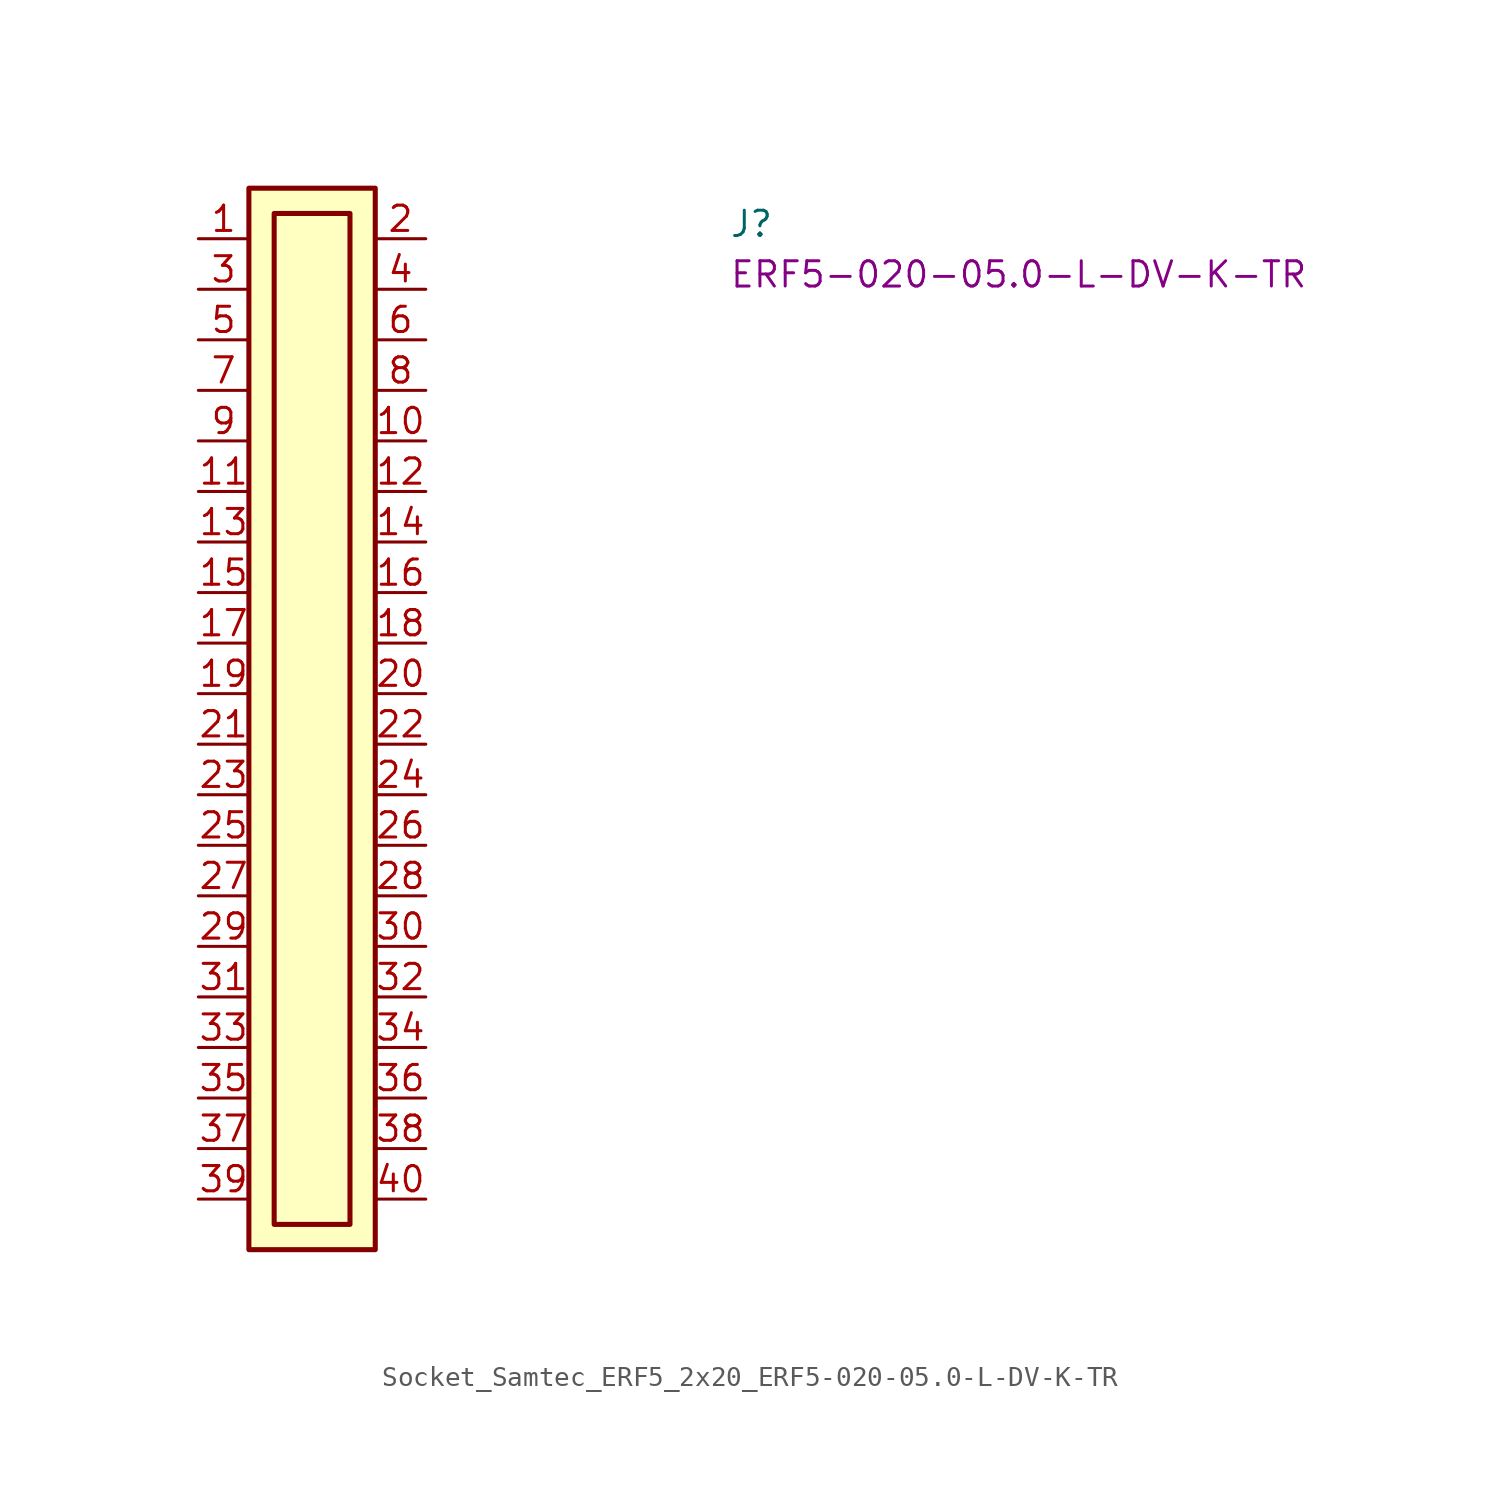
<source format=kicad_sym>
(kicad_symbol_lib
  (version 20220914)
  (generator kicad_symbol_editor)
  (symbol "Socket_Samtec_ERF5_2x20_ERF5-020-05.0-L-DV-K-TR"
    (property "Reference" "J"
      (at 26.67 0 0)
      (effects (font (size 1.27 1.27) (thickness 0.15)) (justify left bottom)))
    (property "MPN" "ERF5-020-05.0-L-DV-K-TR"
      (at 26.67 -2.54 0)
      (effects (font (size 1.27 1.27) (thickness 0.15)) (justify left bottom)))
    (symbol "Socket_Samtec_ERF5_2x20_ERF5-020-05.0-L-DV-K-TR_1_1"
      (rectangle (start 2.54 2.54) (end 8.89 -50.8) (stroke (width 0.254) (type default)) (fill (type background)))
      (rectangle (start 3.81 1.27) (end 7.62 -49.53) (stroke (width 0.254) (type default)) (fill (type background)))
      (pin passive line (at 0 0 0) (length 2.54) (name "~" (effects (font (size 1.27 1.27)))) (number "1" (effects (font (size 1.27 1.27)))))
      (pin passive line (at 11.43 -10.16 180) (length 2.54) (name "~" (effects (font (size 1.27 1.27)))) (number "10" (effects (font (size 1.27 1.27)))))
      (pin passive line (at 0 -12.7 0) (length 2.54) (name "~" (effects (font (size 1.27 1.27)))) (number "11" (effects (font (size 1.27 1.27)))))
      (pin passive line (at 11.43 -12.7 180) (length 2.54) (name "~" (effects (font (size 1.27 1.27)))) (number "12" (effects (font (size 1.27 1.27)))))
      (pin passive line (at 0 -15.24 0) (length 2.54) (name "~" (effects (font (size 1.27 1.27)))) (number "13" (effects (font (size 1.27 1.27)))))
      (pin passive line (at 11.43 -15.24 180) (length 2.54) (name "~" (effects (font (size 1.27 1.27)))) (number "14" (effects (font (size 1.27 1.27)))))
      (pin passive line (at 0 -17.78 0) (length 2.54) (name "~" (effects (font (size 1.27 1.27)))) (number "15" (effects (font (size 1.27 1.27)))))
      (pin passive line (at 11.43 -17.78 180) (length 2.54) (name "~" (effects (font (size 1.27 1.27)))) (number "16" (effects (font (size 1.27 1.27)))))
      (pin passive line (at 0 -20.32 0) (length 2.54) (name "~" (effects (font (size 1.27 1.27)))) (number "17" (effects (font (size 1.27 1.27)))))
      (pin passive line (at 11.43 -20.32 180) (length 2.54) (name "~" (effects (font (size 1.27 1.27)))) (number "18" (effects (font (size 1.27 1.27)))))
      (pin passive line (at 0 -22.86 0) (length 2.54) (name "~" (effects (font (size 1.27 1.27)))) (number "19" (effects (font (size 1.27 1.27)))))
      (pin passive line (at 11.43 0 180) (length 2.54) (name "~" (effects (font (size 1.27 1.27)))) (number "2" (effects (font (size 1.27 1.27)))))
      (pin passive line (at 11.43 -22.86 180) (length 2.54) (name "~" (effects (font (size 1.27 1.27)))) (number "20" (effects (font (size 1.27 1.27)))))
      (pin passive line (at 0 -25.4 0) (length 2.54) (name "~" (effects (font (size 1.27 1.27)))) (number "21" (effects (font (size 1.27 1.27)))))
      (pin passive line (at 11.43 -25.4 180) (length 2.54) (name "~" (effects (font (size 1.27 1.27)))) (number "22" (effects (font (size 1.27 1.27)))))
      (pin passive line (at 0 -27.94 0) (length 2.54) (name "~" (effects (font (size 1.27 1.27)))) (number "23" (effects (font (size 1.27 1.27)))))
      (pin passive line (at 11.43 -27.94 180) (length 2.54) (name "~" (effects (font (size 1.27 1.27)))) (number "24" (effects (font (size 1.27 1.27)))))
      (pin passive line (at 0 -30.48 0) (length 2.54) (name "~" (effects (font (size 1.27 1.27)))) (number "25" (effects (font (size 1.27 1.27)))))
      (pin passive line (at 11.43 -30.48 180) (length 2.54) (name "~" (effects (font (size 1.27 1.27)))) (number "26" (effects (font (size 1.27 1.27)))))
      (pin passive line (at 0 -33.02 0) (length 2.54) (name "~" (effects (font (size 1.27 1.27)))) (number "27" (effects (font (size 1.27 1.27)))))
      (pin passive line (at 11.43 -33.02 180) (length 2.54) (name "~" (effects (font (size 1.27 1.27)))) (number "28" (effects (font (size 1.27 1.27)))))
      (pin passive line (at 0 -35.56 0) (length 2.54) (name "~" (effects (font (size 1.27 1.27)))) (number "29" (effects (font (size 1.27 1.27)))))
      (pin passive line (at 0 -2.54 0) (length 2.54) (name "~" (effects (font (size 1.27 1.27)))) (number "3" (effects (font (size 1.27 1.27)))))
      (pin passive line (at 11.43 -35.56 180) (length 2.54) (name "~" (effects (font (size 1.27 1.27)))) (number "30" (effects (font (size 1.27 1.27)))))
      (pin passive line (at 0 -38.1 0) (length 2.54) (name "~" (effects (font (size 1.27 1.27)))) (number "31" (effects (font (size 1.27 1.27)))))
      (pin passive line (at 11.43 -38.1 180) (length 2.54) (name "~" (effects (font (size 1.27 1.27)))) (number "32" (effects (font (size 1.27 1.27)))))
      (pin passive line (at 0 -40.64 0) (length 2.54) (name "~" (effects (font (size 1.27 1.27)))) (number "33" (effects (font (size 1.27 1.27)))))
      (pin passive line (at 11.43 -40.64 180) (length 2.54) (name "~" (effects (font (size 1.27 1.27)))) (number "34" (effects (font (size 1.27 1.27)))))
      (pin passive line (at 0 -43.18 0) (length 2.54) (name "~" (effects (font (size 1.27 1.27)))) (number "35" (effects (font (size 1.27 1.27)))))
      (pin passive line (at 11.43 -43.18 180) (length 2.54) (name "~" (effects (font (size 1.27 1.27)))) (number "36" (effects (font (size 1.27 1.27)))))
      (pin passive line (at 0 -45.72 0) (length 2.54) (name "~" (effects (font (size 1.27 1.27)))) (number "37" (effects (font (size 1.27 1.27)))))
      (pin passive line (at 11.43 -45.72 180) (length 2.54) (name "~" (effects (font (size 1.27 1.27)))) (number "38" (effects (font (size 1.27 1.27)))))
      (pin passive line (at 0 -48.26 0) (length 2.54) (name "~" (effects (font (size 1.27 1.27)))) (number "39" (effects (font (size 1.27 1.27)))))
      (pin passive line (at 11.43 -2.54 180) (length 2.54) (name "~" (effects (font (size 1.27 1.27)))) (number "4" (effects (font (size 1.27 1.27)))))
      (pin passive line (at 11.43 -48.26 180) (length 2.54) (name "~" (effects (font (size 1.27 1.27)))) (number "40" (effects (font (size 1.27 1.27)))))
      (pin passive line (at 0 -5.08 0) (length 2.54) (name "~" (effects (font (size 1.27 1.27)))) (number "5" (effects (font (size 1.27 1.27)))))
      (pin passive line (at 11.43 -5.08 180) (length 2.54) (name "~" (effects (font (size 1.27 1.27)))) (number "6" (effects (font (size 1.27 1.27)))))
      (pin passive line (at 0 -7.62 0) (length 2.54) (name "~" (effects (font (size 1.27 1.27)))) (number "7" (effects (font (size 1.27 1.27)))))
      (pin passive line (at 11.43 -7.62 180) (length 2.54) (name "~" (effects (font (size 1.27 1.27)))) (number "8" (effects (font (size 1.27 1.27)))))
      (pin passive line (at 0 -10.16 0) (length 2.54) (name "~" (effects (font (size 1.27 1.27)))) (number "9" (effects (font (size 1.27 1.27))))))))
</source>
